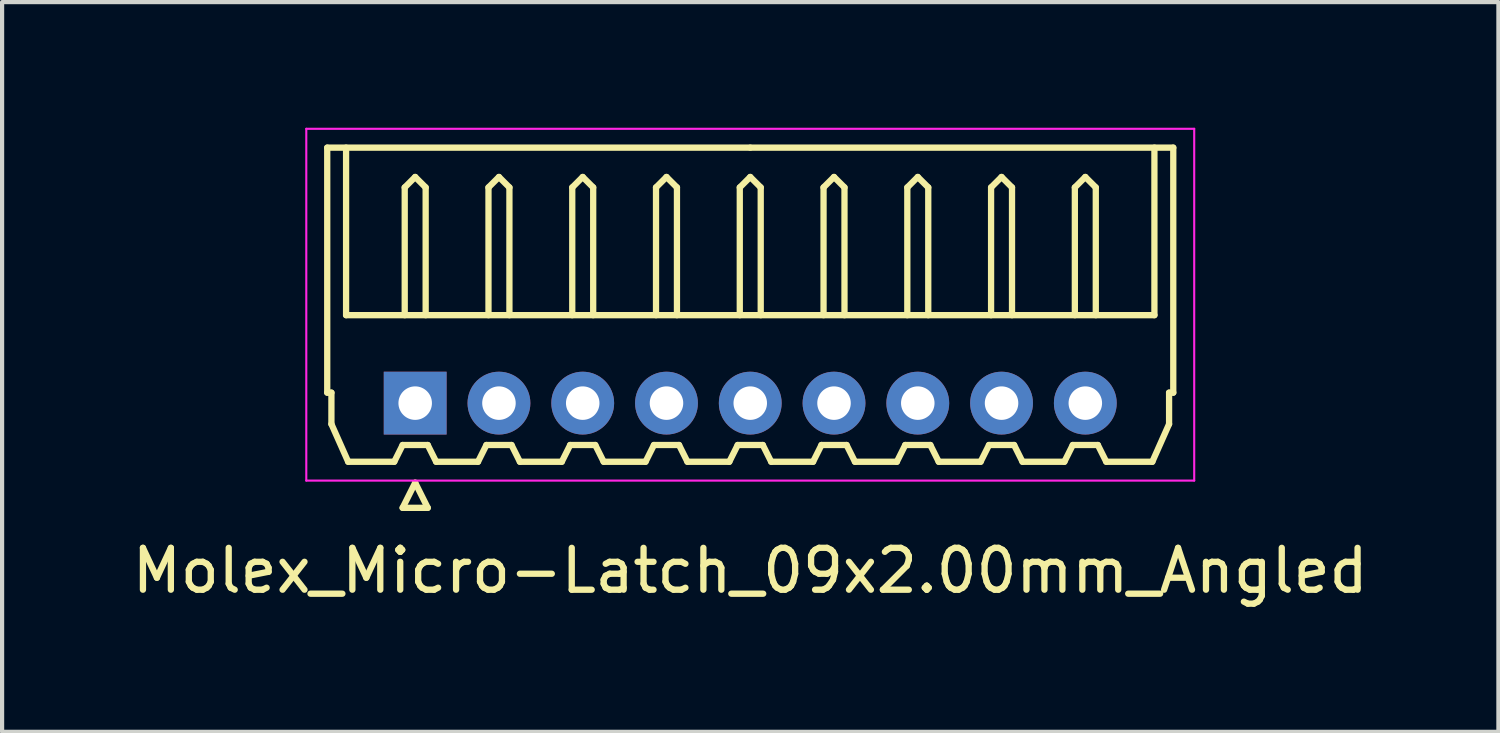
<source format=kicad_pcb>
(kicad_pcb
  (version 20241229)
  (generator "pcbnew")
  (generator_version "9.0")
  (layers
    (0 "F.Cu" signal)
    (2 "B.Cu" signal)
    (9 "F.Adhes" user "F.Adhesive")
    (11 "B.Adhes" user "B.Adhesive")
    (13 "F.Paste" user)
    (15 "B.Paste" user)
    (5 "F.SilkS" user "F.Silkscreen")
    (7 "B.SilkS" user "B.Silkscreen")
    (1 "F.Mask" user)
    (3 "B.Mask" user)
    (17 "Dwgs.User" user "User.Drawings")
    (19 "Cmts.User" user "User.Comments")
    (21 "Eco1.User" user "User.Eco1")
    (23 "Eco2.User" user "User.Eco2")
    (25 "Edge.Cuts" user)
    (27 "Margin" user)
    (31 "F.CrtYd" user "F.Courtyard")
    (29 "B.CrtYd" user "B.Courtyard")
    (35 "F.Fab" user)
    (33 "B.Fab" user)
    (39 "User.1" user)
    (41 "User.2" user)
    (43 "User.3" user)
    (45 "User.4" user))
  (footprint "Molex_Micro-Latch_09x2.00mm_Angled"
    (layer "F.Cu")
    (at 6.863 6.575)
    (property "Reference" "Molex_Micro-Latch_09x2.00mm_Angled" (at 8 4 0) (layer "F.SilkS") (effects (font (size 1 1) (thickness 0.15))))
    (attr through_hole)
    (fp_line (start -2.1 -6.1) (end 8 -6.1) (stroke (width 0.15) (type solid)) (layer "F.SilkS"))
    (fp_line (start -2.1 -0.25) (end -2.1 -6.1) (stroke (width 0.15) (type solid)) (layer "F.SilkS"))
    (fp_line (start -2 -0.25) (end -2.1 -0.25) (stroke (width 0.15) (type solid)) (layer "F.SilkS"))
    (fp_line (start -2 0.5) (end -2 -0.25) (stroke (width 0.15) (type solid)) (layer "F.SilkS"))
    (fp_line (start -1.65 -6.1) (end -1.65 -2.1) (stroke (width 0.15) (type solid)) (layer "F.SilkS"))
    (fp_line (start -1.65 -2.1) (end 17.65 -2.1) (stroke (width 0.15) (type solid)) (layer "F.SilkS"))
    (fp_line (start -1.6 1.4) (end -2 0.5) (stroke (width 0.15) (type solid)) (layer "F.SilkS"))
    (fp_line (start -0.5 1.4) (end -1.6 1.4) (stroke (width 0.15) (type solid)) (layer "F.SilkS"))
    (fp_line (start -0.3 1) (end -0.5 1.4) (stroke (width 0.15) (type solid)) (layer "F.SilkS"))
    (fp_line (start -0.3 1) (end 0.3 1) (stroke (width 0.15) (type solid)) (layer "F.SilkS"))
    (fp_line (start -0.3 2.5) (end 0.3 2.5) (stroke (width 0.15) (type solid)) (layer "F.SilkS"))
    (fp_line (start -0.25 -5.15) (end 0 -5.4) (stroke (width 0.15) (type solid)) (layer "F.SilkS"))
    (fp_line (start -0.25 -2.1) (end -0.25 -5.15) (stroke (width 0.15) (type solid)) (layer "F.SilkS"))
    (fp_line (start 0 -5.4) (end 0.25 -5.15) (stroke (width 0.15) (type solid)) (layer "F.SilkS"))
    (fp_line (start 0 1.9) (end -0.3 2.5) (stroke (width 0.15) (type solid)) (layer "F.SilkS"))
    (fp_line (start 0.25 -5.15) (end 0.25 -2.1) (stroke (width 0.15) (type solid)) (layer "F.SilkS"))
    (fp_line (start 0.3 1) (end 0.5 1.4) (stroke (width 0.15) (type solid)) (layer "F.SilkS"))
    (fp_line (start 0.3 2.5) (end 0 1.9) (stroke (width 0.15) (type solid)) (layer "F.SilkS"))
    (fp_line (start 0.5 1.4) (end 1.5 1.4) (stroke (width 0.15) (type solid)) (layer "F.SilkS"))
    (fp_line (start 1.5 1.4) (end 1.7 1) (stroke (width 0.15) (type solid)) (layer "F.SilkS"))
    (fp_line (start 1.7 1) (end 2.3 1) (stroke (width 0.15) (type solid)) (layer "F.SilkS"))
    (fp_line (start 1.75 -5.15) (end 2 -5.4) (stroke (width 0.15) (type solid)) (layer "F.SilkS"))
    (fp_line (start 1.75 -2.1) (end 1.75 -5.15) (stroke (width 0.15) (type solid)) (layer "F.SilkS"))
    (fp_line (start 2 -5.4) (end 2.25 -5.15) (stroke (width 0.15) (type solid)) (layer "F.SilkS"))
    (fp_line (start 2.25 -5.15) (end 2.25 -2.1) (stroke (width 0.15) (type solid)) (layer "F.SilkS"))
    (fp_line (start 2.3 1) (end 2.5 1.4) (stroke (width 0.15) (type solid)) (layer "F.SilkS"))
    (fp_line (start 2.5 1.4) (end 3.5 1.4) (stroke (width 0.15) (type solid)) (layer "F.SilkS"))
    (fp_line (start 3.5 1.4) (end 3.7 1) (stroke (width 0.15) (type solid)) (layer "F.SilkS"))
    (fp_line (start 3.7 1) (end 4.3 1) (stroke (width 0.15) (type solid)) (layer "F.SilkS"))
    (fp_line (start 3.75 -5.15) (end 4 -5.4) (stroke (width 0.15) (type solid)) (layer "F.SilkS"))
    (fp_line (start 3.75 -2.1) (end 3.75 -5.15) (stroke (width 0.15) (type solid)) (layer "F.SilkS"))
    (fp_line (start 4 -5.4) (end 4.25 -5.15) (stroke (width 0.15) (type solid)) (layer "F.SilkS"))
    (fp_line (start 4.25 -5.15) (end 4.25 -2.1) (stroke (width 0.15) (type solid)) (layer "F.SilkS"))
    (fp_line (start 4.3 1) (end 4.5 1.4) (stroke (width 0.15) (type solid)) (layer "F.SilkS"))
    (fp_line (start 4.5 1.4) (end 5.5 1.4) (stroke (width 0.15) (type solid)) (layer "F.SilkS"))
    (fp_line (start 5.5 1.4) (end 5.7 1) (stroke (width 0.15) (type solid)) (layer "F.SilkS"))
    (fp_line (start 5.7 1) (end 6.3 1) (stroke (width 0.15) (type solid)) (layer "F.SilkS"))
    (fp_line (start 5.75 -5.15) (end 6 -5.4) (stroke (width 0.15) (type solid)) (layer "F.SilkS"))
    (fp_line (start 5.75 -2.1) (end 5.75 -5.15) (stroke (width 0.15) (type solid)) (layer "F.SilkS"))
    (fp_line (start 6 -5.4) (end 6.25 -5.15) (stroke (width 0.15) (type solid)) (layer "F.SilkS"))
    (fp_line (start 6.25 -5.15) (end 6.25 -2.1) (stroke (width 0.15) (type solid)) (layer "F.SilkS"))
    (fp_line (start 6.3 1) (end 6.5 1.4) (stroke (width 0.15) (type solid)) (layer "F.SilkS"))
    (fp_line (start 6.5 1.4) (end 7.5 1.4) (stroke (width 0.15) (type solid)) (layer "F.SilkS"))
    (fp_line (start 7.5 1.4) (end 7.7 1) (stroke (width 0.15) (type solid)) (layer "F.SilkS"))
    (fp_line (start 7.7 1) (end 8.3 1) (stroke (width 0.15) (type solid)) (layer "F.SilkS"))
    (fp_line (start 7.75 -5.15) (end 8 -5.4) (stroke (width 0.15) (type solid)) (layer "F.SilkS"))
    (fp_line (start 7.75 -2.1) (end 7.75 -5.15) (stroke (width 0.15) (type solid)) (layer "F.SilkS"))
    (fp_line (start 8 -5.4) (end 8.25 -5.15) (stroke (width 0.15) (type solid)) (layer "F.SilkS"))
    (fp_line (start 8.25 -5.15) (end 8.25 -2.1) (stroke (width 0.15) (type solid)) (layer "F.SilkS"))
    (fp_line (start 8.3 1) (end 8.5 1.4) (stroke (width 0.15) (type solid)) (layer "F.SilkS"))
    (fp_line (start 8.5 1.4) (end 9.5 1.4) (stroke (width 0.15) (type solid)) (layer "F.SilkS"))
    (fp_line (start 9.5 1.4) (end 9.7 1) (stroke (width 0.15) (type solid)) (layer "F.SilkS"))
    (fp_line (start 9.7 1) (end 10.3 1) (stroke (width 0.15) (type solid)) (layer "F.SilkS"))
    (fp_line (start 9.75 -5.15) (end 10 -5.4) (stroke (width 0.15) (type solid)) (layer "F.SilkS"))
    (fp_line (start 9.75 -2.1) (end 9.75 -5.15) (stroke (width 0.15) (type solid)) (layer "F.SilkS"))
    (fp_line (start 10 -5.4) (end 10.25 -5.15) (stroke (width 0.15) (type solid)) (layer "F.SilkS"))
    (fp_line (start 10.25 -5.15) (end 10.25 -2.1) (stroke (width 0.15) (type solid)) (layer "F.SilkS"))
    (fp_line (start 10.3 1) (end 10.5 1.4) (stroke (width 0.15) (type solid)) (layer "F.SilkS"))
    (fp_line (start 10.5 1.4) (end 11.5 1.4) (stroke (width 0.15) (type solid)) (layer "F.SilkS"))
    (fp_line (start 11.5 1.4) (end 11.7 1) (stroke (width 0.15) (type solid)) (layer "F.SilkS"))
    (fp_line (start 11.7 1) (end 12.3 1) (stroke (width 0.15) (type solid)) (layer "F.SilkS"))
    (fp_line (start 11.75 -5.15) (end 12 -5.4) (stroke (width 0.15) (type solid)) (layer "F.SilkS"))
    (fp_line (start 11.75 -2.1) (end 11.75 -5.15) (stroke (width 0.15) (type solid)) (layer "F.SilkS"))
    (fp_line (start 12 -5.4) (end 12.25 -5.15) (stroke (width 0.15) (type solid)) (layer "F.SilkS"))
    (fp_line (start 12.25 -5.15) (end 12.25 -2.1) (stroke (width 0.15) (type solid)) (layer "F.SilkS"))
    (fp_line (start 12.3 1) (end 12.5 1.4) (stroke (width 0.15) (type solid)) (layer "F.SilkS"))
    (fp_line (start 12.5 1.4) (end 13.5 1.4) (stroke (width 0.15) (type solid)) (layer "F.SilkS"))
    (fp_line (start 13.5 1.4) (end 13.7 1) (stroke (width 0.15) (type solid)) (layer "F.SilkS"))
    (fp_line (start 13.7 1) (end 14.3 1) (stroke (width 0.15) (type solid)) (layer "F.SilkS"))
    (fp_line (start 13.75 -5.15) (end 14 -5.4) (stroke (width 0.15) (type solid)) (layer "F.SilkS"))
    (fp_line (start 13.75 -2.1) (end 13.75 -5.15) (stroke (width 0.15) (type solid)) (layer "F.SilkS"))
    (fp_line (start 14 -5.4) (end 14.25 -5.15) (stroke (width 0.15) (type solid)) (layer "F.SilkS"))
    (fp_line (start 14.25 -5.15) (end 14.25 -2.1) (stroke (width 0.15) (type solid)) (layer "F.SilkS"))
    (fp_line (start 14.3 1) (end 14.5 1.4) (stroke (width 0.15) (type solid)) (layer "F.SilkS"))
    (fp_line (start 14.5 1.4) (end 15.5 1.4) (stroke (width 0.15) (type solid)) (layer "F.SilkS"))
    (fp_line (start 15.5 1.4) (end 15.7 1) (stroke (width 0.15) (type solid)) (layer "F.SilkS"))
    (fp_line (start 15.7 1) (end 16.3 1) (stroke (width 0.15) (type solid)) (layer "F.SilkS"))
    (fp_line (start 15.75 -5.15) (end 16 -5.4) (stroke (width 0.15) (type solid)) (layer "F.SilkS"))
    (fp_line (start 15.75 -2.1) (end 15.75 -5.15) (stroke (width 0.15) (type solid)) (layer "F.SilkS"))
    (fp_line (start 16 -5.4) (end 16.25 -5.15) (stroke (width 0.15) (type solid)) (layer "F.SilkS"))
    (fp_line (start 16.25 -5.15) (end 16.25 -2.1) (stroke (width 0.15) (type solid)) (layer "F.SilkS"))
    (fp_line (start 16.3 1) (end 16.5 1.4) (stroke (width 0.15) (type solid)) (layer "F.SilkS"))
    (fp_line (start 16.5 1.4) (end 17.6 1.4) (stroke (width 0.15) (type solid)) (layer "F.SilkS"))
    (fp_line (start 17.6 1.4) (end 18 0.5) (stroke (width 0.15) (type solid)) (layer "F.SilkS"))
    (fp_line (start 17.65 -2.1) (end 17.65 -6.1) (stroke (width 0.15) (type solid)) (layer "F.SilkS"))
    (fp_line (start 18 -0.25) (end 18.1 -0.25) (stroke (width 0.15) (type solid)) (layer "F.SilkS"))
    (fp_line (start 18 0.5) (end 18 -0.25) (stroke (width 0.15) (type solid)) (layer "F.SilkS"))
    (fp_line (start 18.1 -6.1) (end 8 -6.1) (stroke (width 0.15) (type solid)) (layer "F.SilkS"))
    (fp_line (start 18.1 -0.25) (end 18.1 -6.1) (stroke (width 0.15) (type solid)) (layer "F.SilkS"))
    (fp_line (start -2.6 -6.55) (end -2.6 1.85) (stroke (width 0.05) (type solid)) (layer "F.CrtYd"))
    (fp_line (start -2.6 1.85) (end 18.6 1.85) (stroke (width 0.05) (type solid)) (layer "F.CrtYd"))
    (fp_line (start 18.6 -6.55) (end -2.6 -6.55) (stroke (width 0.05) (type solid)) (layer "F.CrtYd"))
    (fp_line (start 18.6 1.85) (end 18.6 -6.55) (stroke (width 0.05) (type solid)) (layer "F.CrtYd"))
    (pad "1" thru_hole rect (at 0 0) (size 1.5 1.5) (drill 0.8) (layers "*.Cu" "*.Mask"))
    (pad "2" thru_hole circle (at 2 0) (size 1.5 1.5) (drill 0.8) (layers "*.Cu" "*.Mask"))
    (pad "3" thru_hole circle (at 4 0) (size 1.5 1.5) (drill 0.8) (layers "*.Cu" "*.Mask"))
    (pad "4" thru_hole circle (at 6 0) (size 1.5 1.5) (drill 0.8) (layers "*.Cu" "*.Mask"))
    (pad "5" thru_hole circle (at 8 0) (size 1.5 1.5) (drill 0.8) (layers "*.Cu" "*.Mask"))
    (pad "6" thru_hole circle (at 10 0) (size 1.5 1.5) (drill 0.8) (layers "*.Cu" "*.Mask"))
    (pad "7" thru_hole circle (at 12 0) (size 1.5 1.5) (drill 0.8) (layers "*.Cu" "*.Mask"))
    (pad "8" thru_hole circle (at 14 0) (size 1.5 1.5) (drill 0.8) (layers "*.Cu" "*.Mask"))
    (pad "9" thru_hole circle (at 16 0) (size 1.5 1.5) (drill 0.8) (layers "*.Cu" "*.Mask")))
  (gr_rect
    (start -3 -3)
    (end 32.726 14.423)
    (stroke (width 0.1) (type default))
    (fill no)
    (layer "Edge.Cuts")))
</source>
